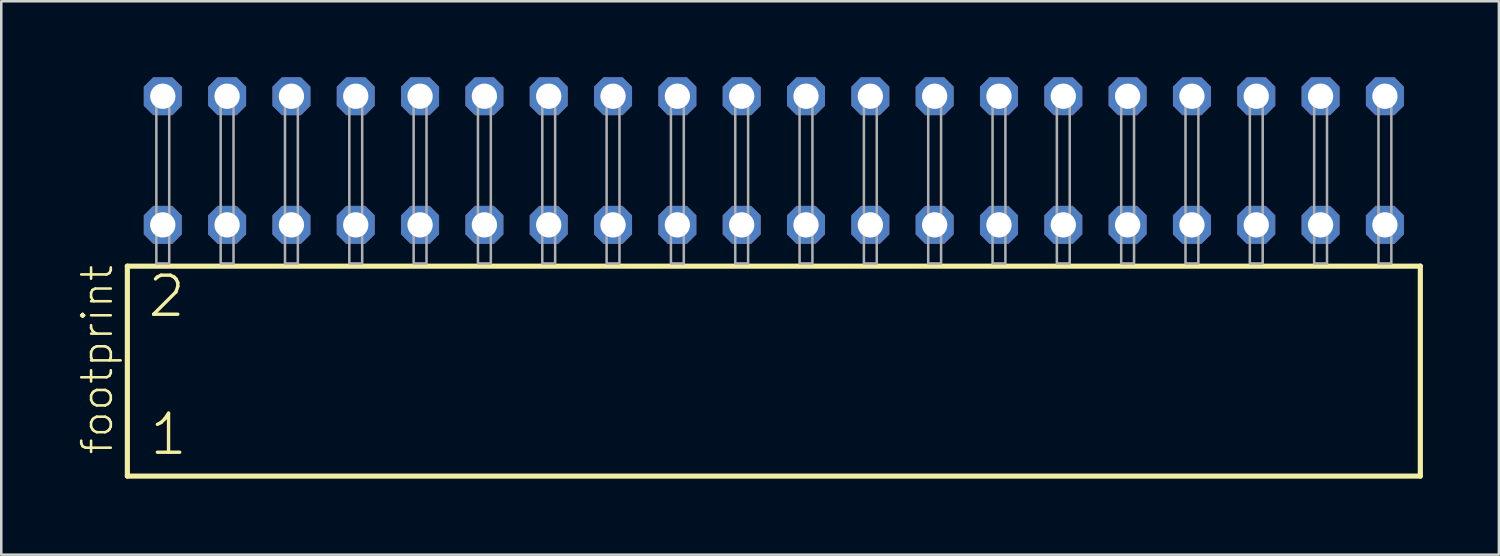
<source format=kicad_pcb>
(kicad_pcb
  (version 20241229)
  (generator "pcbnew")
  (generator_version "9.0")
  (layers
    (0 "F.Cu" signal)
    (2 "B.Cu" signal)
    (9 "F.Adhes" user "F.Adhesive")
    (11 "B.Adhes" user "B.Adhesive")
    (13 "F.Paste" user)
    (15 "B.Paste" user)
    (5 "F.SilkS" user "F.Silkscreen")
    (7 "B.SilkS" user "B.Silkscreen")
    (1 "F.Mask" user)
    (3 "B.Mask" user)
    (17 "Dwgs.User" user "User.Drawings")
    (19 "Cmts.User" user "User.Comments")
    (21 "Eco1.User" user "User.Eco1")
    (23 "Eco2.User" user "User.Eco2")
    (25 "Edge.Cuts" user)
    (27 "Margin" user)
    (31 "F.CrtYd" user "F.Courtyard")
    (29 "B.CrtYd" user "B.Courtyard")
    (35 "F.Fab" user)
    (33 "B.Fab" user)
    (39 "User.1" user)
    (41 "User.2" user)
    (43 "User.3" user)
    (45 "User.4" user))
  (footprint "footprint"
    (layer "F.Cu")
    (at 27.508 7.354)
    (property "Reference" "footprint" (at -26.035 7.62 90) (layer "F.SilkS") (effects (font (size 1.168 1.168) (thickness 0.102)) (justify left bottom)))
    (fp_line (start -25.529 0.106) (end -25.529 8.396) (stroke (width 0.203) (type solid)) (layer "F.SilkS"))
    (fp_line (start -25.529 8.396) (end 25.529 8.396) (stroke (width 0.203) (type solid)) (layer "F.SilkS"))
    (fp_line (start 25.529 0.106) (end -25.529 0.106) (stroke (width 0.203) (type solid)) (layer "F.SilkS"))
    (fp_line (start 25.529 8.396) (end 25.529 0.106) (stroke (width 0.203) (type solid)) (layer "F.SilkS"))
    (fp_poly (pts (xy -24.384 0) (xy -23.876 0) (xy -23.876 -6.858) (xy -24.384 -6.858)) (stroke (width 0.1) (type solid)) (fill no) (layer "F.Fab"))
    (fp_poly (pts (xy -21.844 0) (xy -21.336 0) (xy -21.336 -6.858) (xy -21.844 -6.858)) (stroke (width 0.1) (type solid)) (fill no) (layer "F.Fab"))
    (fp_poly (pts (xy -19.304 0) (xy -18.796 0) (xy -18.796 -6.858) (xy -19.304 -6.858)) (stroke (width 0.1) (type solid)) (fill no) (layer "F.Fab"))
    (fp_poly (pts (xy -16.764 0) (xy -16.256 0) (xy -16.256 -6.858) (xy -16.764 -6.858)) (stroke (width 0.1) (type solid)) (fill no) (layer "F.Fab"))
    (fp_poly (pts (xy -14.224 0) (xy -13.716 0) (xy -13.716 -6.858) (xy -14.224 -6.858)) (stroke (width 0.1) (type solid)) (fill no) (layer "F.Fab"))
    (fp_poly (pts (xy -11.684 0) (xy -11.176 0) (xy -11.176 -6.858) (xy -11.684 -6.858)) (stroke (width 0.1) (type solid)) (fill no) (layer "F.Fab"))
    (fp_poly (pts (xy -9.144 0) (xy -8.636 0) (xy -8.636 -6.858) (xy -9.144 -6.858)) (stroke (width 0.1) (type solid)) (fill no) (layer "F.Fab"))
    (fp_poly (pts (xy -6.604 0) (xy -6.096 0) (xy -6.096 -6.858) (xy -6.604 -6.858)) (stroke (width 0.1) (type solid)) (fill no) (layer "F.Fab"))
    (fp_poly (pts (xy -4.064 0) (xy -3.556 0) (xy -3.556 -6.858) (xy -4.064 -6.858)) (stroke (width 0.1) (type solid)) (fill no) (layer "F.Fab"))
    (fp_poly (pts (xy -1.524 0) (xy -1.016 0) (xy -1.016 -6.858) (xy -1.524 -6.858)) (stroke (width 0.1) (type solid)) (fill no) (layer "F.Fab"))
    (fp_poly (pts (xy 1.016 0) (xy 1.524 0) (xy 1.524 -6.858) (xy 1.016 -6.858)) (stroke (width 0.1) (type solid)) (fill no) (layer "F.Fab"))
    (fp_poly (pts (xy 3.556 0) (xy 4.064 0) (xy 4.064 -6.858) (xy 3.556 -6.858)) (stroke (width 0.1) (type solid)) (fill no) (layer "F.Fab"))
    (fp_poly (pts (xy 6.096 0) (xy 6.604 0) (xy 6.604 -6.858) (xy 6.096 -6.858)) (stroke (width 0.1) (type solid)) (fill no) (layer "F.Fab"))
    (fp_poly (pts (xy 8.636 0) (xy 9.144 0) (xy 9.144 -6.858) (xy 8.636 -6.858)) (stroke (width 0.1) (type solid)) (fill no) (layer "F.Fab"))
    (fp_poly (pts (xy 11.176 0) (xy 11.684 0) (xy 11.684 -6.858) (xy 11.176 -6.858)) (stroke (width 0.1) (type solid)) (fill no) (layer "F.Fab"))
    (fp_poly (pts (xy 13.716 0) (xy 14.224 0) (xy 14.224 -6.858) (xy 13.716 -6.858)) (stroke (width 0.1) (type solid)) (fill no) (layer "F.Fab"))
    (fp_poly (pts (xy 16.256 0) (xy 16.764 0) (xy 16.764 -6.858) (xy 16.256 -6.858)) (stroke (width 0.1) (type solid)) (fill no) (layer "F.Fab"))
    (fp_poly (pts (xy 18.796 0) (xy 19.304 0) (xy 19.304 -6.858) (xy 18.796 -6.858)) (stroke (width 0.1) (type solid)) (fill no) (layer "F.Fab"))
    (fp_poly (pts (xy 21.336 0) (xy 21.844 0) (xy 21.844 -6.858) (xy 21.336 -6.858)) (stroke (width 0.1) (type solid)) (fill no) (layer "F.Fab"))
    (fp_poly (pts (xy 23.876 0) (xy 24.384 0) (xy 24.384 -6.858) (xy 23.876 -6.858)) (stroke (width 0.1) (type solid)) (fill no) (layer "F.Fab"))
    (fp_text user "2" (at -24.8 2.2 0) (layer "F.SilkS") (effects (font (size 1.542 1.542) (thickness 0.134)) (justify left bottom)))
    (fp_text user "1" (at -24.725 7.65 0) (layer "F.SilkS") (effects (font (size 1.542 1.542) (thickness 0.134)) (justify left bottom)))
    (pad "1" thru_hole roundrect (at -24.13 -1.524) (size 1.5 1.5) (drill 1) (layers "*.Cu" "*.Mask") (roundrect_rratio 0.25) (chamfer_ratio 0.25) (chamfer top_left top_right bottom_left bottom_right))
    (pad "2" thru_hole roundrect (at -24.13 -6.604) (size 1.5 1.5) (drill 1) (layers "*.Cu" "*.Mask") (roundrect_rratio 0.25) (chamfer_ratio 0.25) (chamfer top_left top_right bottom_left bottom_right))
    (pad "3" thru_hole roundrect (at -21.59 -1.524) (size 1.5 1.5) (drill 1) (layers "*.Cu" "*.Mask") (roundrect_rratio 0.25) (chamfer_ratio 0.25) (chamfer top_left top_right bottom_left bottom_right))
    (pad "4" thru_hole roundrect (at -21.59 -6.604) (size 1.5 1.5) (drill 1) (layers "*.Cu" "*.Mask") (roundrect_rratio 0.25) (chamfer_ratio 0.25) (chamfer top_left top_right bottom_left bottom_right))
    (pad "5" thru_hole roundrect (at -19.05 -1.524) (size 1.5 1.5) (drill 1) (layers "*.Cu" "*.Mask") (roundrect_rratio 0.25) (chamfer_ratio 0.25) (chamfer top_left top_right bottom_left bottom_right))
    (pad "6" thru_hole roundrect (at -19.05 -6.604) (size 1.5 1.5) (drill 1) (layers "*.Cu" "*.Mask") (roundrect_rratio 0.25) (chamfer_ratio 0.25) (chamfer top_left top_right bottom_left bottom_right))
    (pad "7" thru_hole roundrect (at -16.51 -1.524) (size 1.5 1.5) (drill 1) (layers "*.Cu" "*.Mask") (roundrect_rratio 0.25) (chamfer_ratio 0.25) (chamfer top_left top_right bottom_left bottom_right))
    (pad "8" thru_hole roundrect (at -16.51 -6.604) (size 1.5 1.5) (drill 1) (layers "*.Cu" "*.Mask") (roundrect_rratio 0.25) (chamfer_ratio 0.25) (chamfer top_left top_right bottom_left bottom_right))
    (pad "9" thru_hole roundrect (at -13.97 -1.524) (size 1.5 1.5) (drill 1) (layers "*.Cu" "*.Mask") (roundrect_rratio 0.25) (chamfer_ratio 0.25) (chamfer top_left top_right bottom_left bottom_right))
    (pad "10" thru_hole roundrect (at -13.97 -6.604) (size 1.5 1.5) (drill 1) (layers "*.Cu" "*.Mask") (roundrect_rratio 0.25) (chamfer_ratio 0.25) (chamfer top_left top_right bottom_left bottom_right))
    (pad "11" thru_hole roundrect (at -11.43 -1.524) (size 1.5 1.5) (drill 1) (layers "*.Cu" "*.Mask") (roundrect_rratio 0.25) (chamfer_ratio 0.25) (chamfer top_left top_right bottom_left bottom_right))
    (pad "12" thru_hole roundrect (at -11.43 -6.604) (size 1.5 1.5) (drill 1) (layers "*.Cu" "*.Mask") (roundrect_rratio 0.25) (chamfer_ratio 0.25) (chamfer top_left top_right bottom_left bottom_right))
    (pad "13" thru_hole roundrect (at -8.89 -1.524) (size 1.5 1.5) (drill 1) (layers "*.Cu" "*.Mask") (roundrect_rratio 0.25) (chamfer_ratio 0.25) (chamfer top_left top_right bottom_left bottom_right))
    (pad "14" thru_hole roundrect (at -8.89 -6.604) (size 1.5 1.5) (drill 1) (layers "*.Cu" "*.Mask") (roundrect_rratio 0.25) (chamfer_ratio 0.25) (chamfer top_left top_right bottom_left bottom_right))
    (pad "15" thru_hole roundrect (at -6.35 -1.524) (size 1.5 1.5) (drill 1) (layers "*.Cu" "*.Mask") (roundrect_rratio 0.25) (chamfer_ratio 0.25) (chamfer top_left top_right bottom_left bottom_right))
    (pad "16" thru_hole roundrect (at -6.35 -6.604) (size 1.5 1.5) (drill 1) (layers "*.Cu" "*.Mask") (roundrect_rratio 0.25) (chamfer_ratio 0.25) (chamfer top_left top_right bottom_left bottom_right))
    (pad "17" thru_hole roundrect (at -3.81 -1.524) (size 1.5 1.5) (drill 1) (layers "*.Cu" "*.Mask") (roundrect_rratio 0.25) (chamfer_ratio 0.25) (chamfer top_left top_right bottom_left bottom_right))
    (pad "18" thru_hole roundrect (at -3.81 -6.604) (size 1.5 1.5) (drill 1) (layers "*.Cu" "*.Mask") (roundrect_rratio 0.25) (chamfer_ratio 0.25) (chamfer top_left top_right bottom_left bottom_right))
    (pad "19" thru_hole roundrect (at -1.27 -1.524) (size 1.5 1.5) (drill 1) (layers "*.Cu" "*.Mask") (roundrect_rratio 0.25) (chamfer_ratio 0.25) (chamfer top_left top_right bottom_left bottom_right))
    (pad "20" thru_hole roundrect (at -1.27 -6.604) (size 1.5 1.5) (drill 1) (layers "*.Cu" "*.Mask") (roundrect_rratio 0.25) (chamfer_ratio 0.25) (chamfer top_left top_right bottom_left bottom_right))
    (pad "21" thru_hole roundrect (at 1.27 -1.524) (size 1.5 1.5) (drill 1) (layers "*.Cu" "*.Mask") (roundrect_rratio 0.25) (chamfer_ratio 0.25) (chamfer top_left top_right bottom_left bottom_right))
    (pad "22" thru_hole roundrect (at 1.27 -6.604) (size 1.5 1.5) (drill 1) (layers "*.Cu" "*.Mask") (roundrect_rratio 0.25) (chamfer_ratio 0.25) (chamfer top_left top_right bottom_left bottom_right))
    (pad "23" thru_hole roundrect (at 3.81 -1.524) (size 1.5 1.5) (drill 1) (layers "*.Cu" "*.Mask") (roundrect_rratio 0.25) (chamfer_ratio 0.25) (chamfer top_left top_right bottom_left bottom_right))
    (pad "24" thru_hole roundrect (at 3.81 -6.604) (size 1.5 1.5) (drill 1) (layers "*.Cu" "*.Mask") (roundrect_rratio 0.25) (chamfer_ratio 0.25) (chamfer top_left top_right bottom_left bottom_right))
    (pad "25" thru_hole roundrect (at 6.35 -1.524) (size 1.5 1.5) (drill 1) (layers "*.Cu" "*.Mask") (roundrect_rratio 0.25) (chamfer_ratio 0.25) (chamfer top_left top_right bottom_left bottom_right))
    (pad "26" thru_hole roundrect (at 6.35 -6.604) (size 1.5 1.5) (drill 1) (layers "*.Cu" "*.Mask") (roundrect_rratio 0.25) (chamfer_ratio 0.25) (chamfer top_left top_right bottom_left bottom_right))
    (pad "27" thru_hole roundrect (at 8.89 -1.524) (size 1.5 1.5) (drill 1) (layers "*.Cu" "*.Mask") (roundrect_rratio 0.25) (chamfer_ratio 0.25) (chamfer top_left top_right bottom_left bottom_right))
    (pad "28" thru_hole roundrect (at 8.89 -6.604) (size 1.5 1.5) (drill 1) (layers "*.Cu" "*.Mask") (roundrect_rratio 0.25) (chamfer_ratio 0.25) (chamfer top_left top_right bottom_left bottom_right))
    (pad "29" thru_hole roundrect (at 11.43 -1.524) (size 1.5 1.5) (drill 1) (layers "*.Cu" "*.Mask") (roundrect_rratio 0.25) (chamfer_ratio 0.25) (chamfer top_left top_right bottom_left bottom_right))
    (pad "30" thru_hole roundrect (at 11.43 -6.604) (size 1.5 1.5) (drill 1) (layers "*.Cu" "*.Mask") (roundrect_rratio 0.25) (chamfer_ratio 0.25) (chamfer top_left top_right bottom_left bottom_right))
    (pad "31" thru_hole roundrect (at 13.97 -1.524) (size 1.5 1.5) (drill 1) (layers "*.Cu" "*.Mask") (roundrect_rratio 0.25) (chamfer_ratio 0.25) (chamfer top_left top_right bottom_left bottom_right))
    (pad "32" thru_hole roundrect (at 13.97 -6.604) (size 1.5 1.5) (drill 1) (layers "*.Cu" "*.Mask") (roundrect_rratio 0.25) (chamfer_ratio 0.25) (chamfer top_left top_right bottom_left bottom_right))
    (pad "33" thru_hole roundrect (at 16.51 -1.524) (size 1.5 1.5) (drill 1) (layers "*.Cu" "*.Mask") (roundrect_rratio 0.25) (chamfer_ratio 0.25) (chamfer top_left top_right bottom_left bottom_right))
    (pad "34" thru_hole roundrect (at 16.51 -6.604) (size 1.5 1.5) (drill 1) (layers "*.Cu" "*.Mask") (roundrect_rratio 0.25) (chamfer_ratio 0.25) (chamfer top_left top_right bottom_left bottom_right))
    (pad "35" thru_hole roundrect (at 19.05 -1.524) (size 1.5 1.5) (drill 1) (layers "*.Cu" "*.Mask") (roundrect_rratio 0.25) (chamfer_ratio 0.25) (chamfer top_left top_right bottom_left bottom_right))
    (pad "36" thru_hole roundrect (at 19.05 -6.604) (size 1.5 1.5) (drill 1) (layers "*.Cu" "*.Mask") (roundrect_rratio 0.25) (chamfer_ratio 0.25) (chamfer top_left top_right bottom_left bottom_right))
    (pad "37" thru_hole roundrect (at 21.59 -1.524) (size 1.5 1.5) (drill 1) (layers "*.Cu" "*.Mask") (roundrect_rratio 0.25) (chamfer_ratio 0.25) (chamfer top_left top_right bottom_left bottom_right))
    (pad "38" thru_hole roundrect (at 21.59 -6.604) (size 1.5 1.5) (drill 1) (layers "*.Cu" "*.Mask") (roundrect_rratio 0.25) (chamfer_ratio 0.25) (chamfer top_left top_right bottom_left bottom_right))
    (pad "39" thru_hole roundrect (at 24.13 -1.524) (size 1.5 1.5) (drill 1) (layers "*.Cu" "*.Mask") (roundrect_rratio 0.25) (chamfer_ratio 0.25) (chamfer top_left top_right bottom_left bottom_right))
    (pad "40" thru_hole roundrect (at 24.13 -6.604) (size 1.5 1.5) (drill 1) (layers "*.Cu" "*.Mask") (roundrect_rratio 0.25) (chamfer_ratio 0.25) (chamfer top_left top_right bottom_left bottom_right)))
  (gr_rect
    (start -3 -3)
    (end 56.139 18.852)
    (stroke (width 0.1) (type default))
    (fill no)
    (layer "Edge.Cuts")))
</source>
